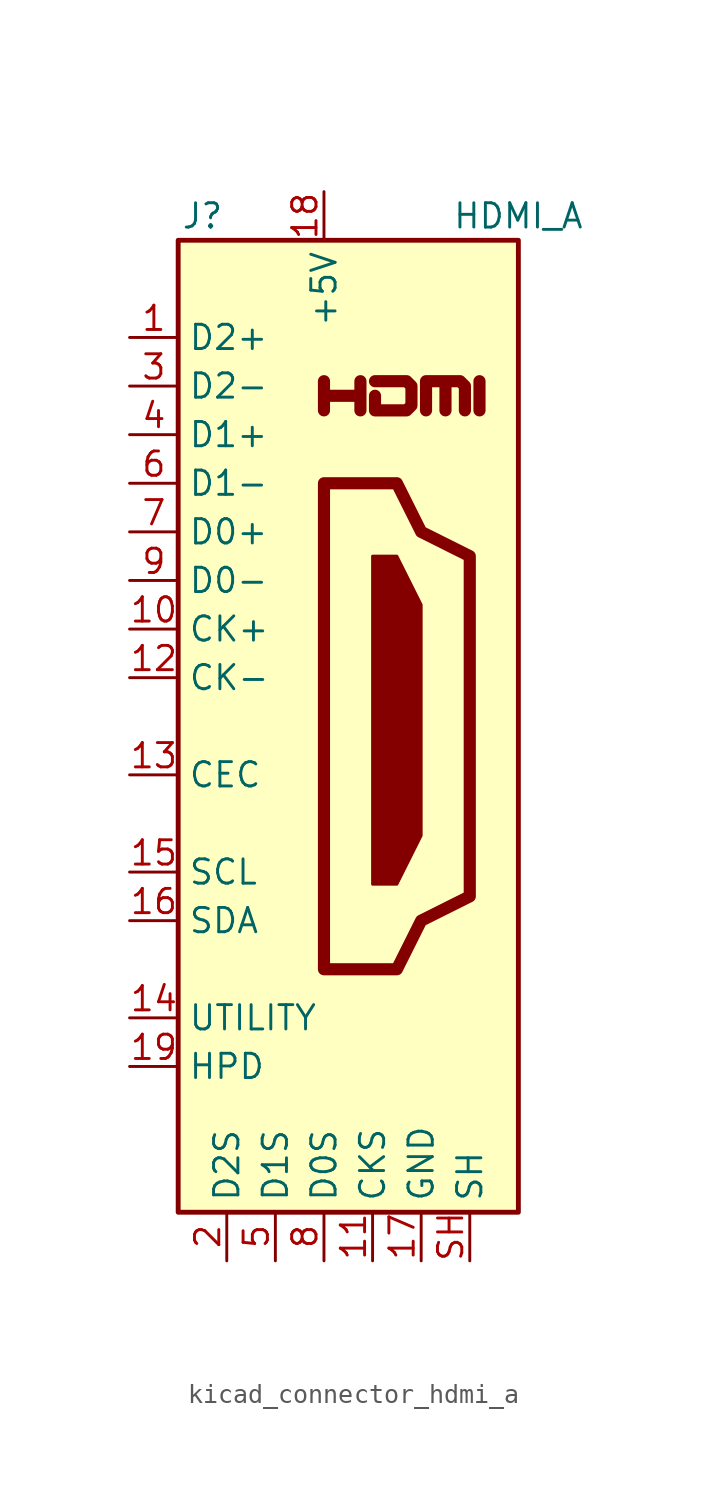
<source format=kicad_sym>
(kicad_symbol_lib
  (version 20220914)
  (generator kicad_symbol_editor)
  (symbol "kicad_connector_hdmi_a"
    (property "Reference" "J"
      (at -6.35 26.67 0)
      (effects (font (size 1.27 1.27))))
    (property "Value" "HDMI_A"
      (at 10.16 26.67 0)
      (effects (font (size 1.27 1.27))))
    (symbol "kicad_connector_hdmi_a_0_0"
      (polyline (pts (xy 8.128 16.51) (xy 8.128 18.034)) (stroke (width 0.635) (type default)) (fill (type none)))
      (polyline (pts (xy 0 16.51) (xy 0 18.034) (xy 0 17.272) (xy 1.905 17.272) (xy 1.905 18.034) (xy 1.905 16.51)) (stroke (width 0.635) (type default)) (fill (type none)))
      (polyline (pts (xy 2.667 18.034) (xy 4.318 18.034) (xy 4.572 17.78) (xy 4.572 16.764) (xy 4.318 16.51) (xy 2.667 16.51) (xy 2.667 17.272)) (stroke (width 0.635) (type default)) (fill (type none))))
    (symbol "kicad_connector_hdmi_a_0_1"
      (rectangle (start -7.62 25.4) (end 10.16 -25.4) (stroke (width 0.254) (type default)) (fill (type background)))
      (polyline (pts (xy 2.54 8.89) (xy 3.81 8.89) (xy 5.08 6.35) (xy 5.08 -5.715) (xy 3.81 -8.255) (xy 2.54 -8.255) (xy 2.54 8.89)) (stroke (width 0) (type default)) (fill (type outline)))
      (polyline (pts (xy 5.334 16.51) (xy 5.334 18.034) (xy 6.35 18.034) (xy 6.35 16.51) (xy 6.35 18.034) (xy 7.112 18.034) (xy 7.366 17.78) (xy 7.366 16.51)) (stroke (width 0.635) (type default)) (fill (type none)))
      (polyline (pts (xy 0 12.7) (xy 0 -12.7) (xy 3.81 -12.7) (xy 5.08 -10.16) (xy 7.62 -8.89) (xy 7.62 8.89) (xy 5.08 10.16) (xy 3.81 12.7) (xy 0 12.7)) (stroke (width 0.635) (type default)) (fill (type none))))
    (symbol "kicad_connector_hdmi_a_1_1"
      (pin passive line (at -10.16 20.32 0) (length 2.54) (name "D2+" (effects (font (size 1.27 1.27)))) (number "1" (effects (font (size 1.27 1.27)))))
      (pin passive line (at -10.16 5.08 0) (length 2.54) (name "CK+" (effects (font (size 1.27 1.27)))) (number "10" (effects (font (size 1.27 1.27)))))
      (pin power_in line (at 2.54 -27.94 90) (length 2.54) (name "CKS" (effects (font (size 1.27 1.27)))) (number "11" (effects (font (size 1.27 1.27)))))
      (pin passive line (at -10.16 2.54 0) (length 2.54) (name "CK-" (effects (font (size 1.27 1.27)))) (number "12" (effects (font (size 1.27 1.27)))))
      (pin bidirectional line (at -10.16 -2.54 0) (length 2.54) (name "CEC" (effects (font (size 1.27 1.27)))) (number "13" (effects (font (size 1.27 1.27)))))
      (pin passive line (at -10.16 -15.24 0) (length 2.54) (name "UTILITY" (effects (font (size 1.27 1.27)))) (number "14" (effects (font (size 1.27 1.27)))))
      (pin passive line (at -10.16 -7.62 0) (length 2.54) (name "SCL" (effects (font (size 1.27 1.27)))) (number "15" (effects (font (size 1.27 1.27)))))
      (pin bidirectional line (at -10.16 -10.16 0) (length 2.54) (name "SDA" (effects (font (size 1.27 1.27)))) (number "16" (effects (font (size 1.27 1.27)))))
      (pin power_in line (at 5.08 -27.94 90) (length 2.54) (name "GND" (effects (font (size 1.27 1.27)))) (number "17" (effects (font (size 1.27 1.27)))))
      (pin power_in line (at 0 27.94 270) (length 2.54) (name "+5V" (effects (font (size 1.27 1.27)))) (number "18" (effects (font (size 1.27 1.27)))))
      (pin passive line (at -10.16 -17.78 0) (length 2.54) (name "HPD" (effects (font (size 1.27 1.27)))) (number "19" (effects (font (size 1.27 1.27)))))
      (pin power_in line (at -5.08 -27.94 90) (length 2.54) (name "D2S" (effects (font (size 1.27 1.27)))) (number "2" (effects (font (size 1.27 1.27)))))
      (pin passive line (at -10.16 17.78 0) (length 2.54) (name "D2-" (effects (font (size 1.27 1.27)))) (number "3" (effects (font (size 1.27 1.27)))))
      (pin passive line (at -10.16 15.24 0) (length 2.54) (name "D1+" (effects (font (size 1.27 1.27)))) (number "4" (effects (font (size 1.27 1.27)))))
      (pin power_in line (at -2.54 -27.94 90) (length 2.54) (name "D1S" (effects (font (size 1.27 1.27)))) (number "5" (effects (font (size 1.27 1.27)))))
      (pin passive line (at -10.16 12.7 0) (length 2.54) (name "D1-" (effects (font (size 1.27 1.27)))) (number "6" (effects (font (size 1.27 1.27)))))
      (pin passive line (at -10.16 10.16 0) (length 2.54) (name "D0+" (effects (font (size 1.27 1.27)))) (number "7" (effects (font (size 1.27 1.27)))))
      (pin power_in line (at 0 -27.94 90) (length 2.54) (name "D0S" (effects (font (size 1.27 1.27)))) (number "8" (effects (font (size 1.27 1.27)))))
      (pin passive line (at -10.16 7.62 0) (length 2.54) (name "D0-" (effects (font (size 1.27 1.27)))) (number "9" (effects (font (size 1.27 1.27)))))
      (pin passive line (at 7.62 -27.94 90) (length 2.54) (name "SH" (effects (font (size 1.27 1.27)))) (number "SH" (effects (font (size 1.27 1.27))))))))
</source>
